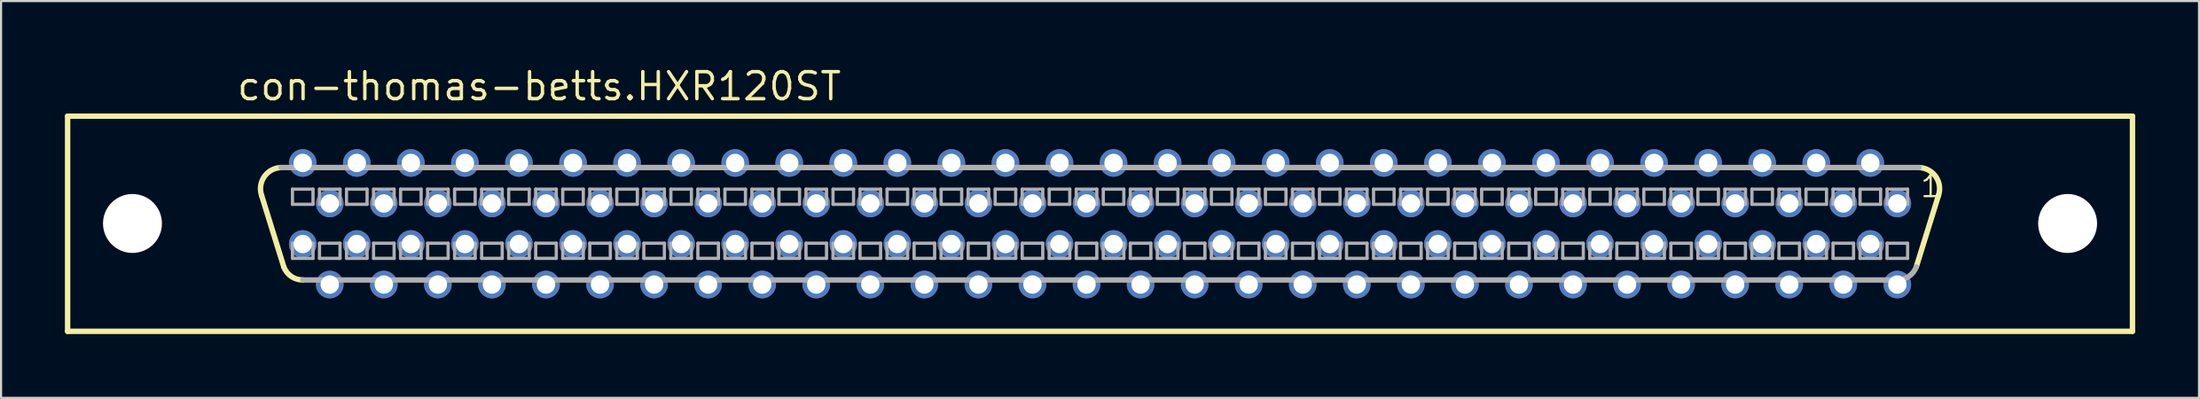
<source format=kicad_pcb>
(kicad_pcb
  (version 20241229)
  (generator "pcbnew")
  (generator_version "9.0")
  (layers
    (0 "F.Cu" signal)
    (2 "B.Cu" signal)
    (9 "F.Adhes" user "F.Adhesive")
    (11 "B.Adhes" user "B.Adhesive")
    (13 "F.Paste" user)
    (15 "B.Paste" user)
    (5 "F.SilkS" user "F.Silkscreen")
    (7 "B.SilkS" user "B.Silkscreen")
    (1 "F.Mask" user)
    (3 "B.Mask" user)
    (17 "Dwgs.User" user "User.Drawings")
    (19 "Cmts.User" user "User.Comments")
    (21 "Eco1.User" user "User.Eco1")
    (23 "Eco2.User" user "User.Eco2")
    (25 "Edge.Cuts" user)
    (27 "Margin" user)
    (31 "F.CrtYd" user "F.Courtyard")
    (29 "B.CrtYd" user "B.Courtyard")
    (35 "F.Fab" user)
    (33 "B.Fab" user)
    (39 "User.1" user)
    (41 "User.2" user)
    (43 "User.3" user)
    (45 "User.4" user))
  (footprint "con-thomas-betts.HXR120ST"
    (layer "F.Cu")
    (at 48.641 7.465)
    (property "Reference" "con-thomas-betts.HXR120ST" (at -40.64 -5.715 0) (layer "F.SilkS") (effects (font (size 1.27 1.27) (thickness 0.16)) (justify left bottom)))
    (attr through_hole)
    (fp_line (start -48.514 -5.055) (end 48.514 -5.055) (stroke (width 0.254) (type default)) (layer "F.SilkS"))
    (fp_line (start -48.514 5.055) (end -48.514 -5.055) (stroke (width 0.254) (type default)) (layer "F.SilkS"))
    (fp_line (start -38.354 2.032) (end -39.395 -1.321) (stroke (width 0.254) (type default)) (layer "F.SilkS"))
    (fp_line (start 38.354 2.032) (end 39.395 -1.321) (stroke (width 0.254) (type default)) (layer "F.SilkS"))
    (fp_line (start 48.514 -5.055) (end 48.514 5.055) (stroke (width 0.254) (type default)) (layer "F.SilkS"))
    (fp_line (start 48.514 5.055) (end -48.514 5.055) (stroke (width 0.254) (type default)) (layer "F.SilkS"))
    (fp_arc (start -39.3954 -1.3208) (mid -39.273543 -2.213361) (end -38.481 -2.6416) (stroke (width 0.254) (type default)) (layer "F.SilkS"))
    (fp_arc (start -37.465 2.6416) (mid -38.004029 2.474654) (end -38.354 2.032) (stroke (width 0.254) (type default)) (layer "F.SilkS"))
    (fp_arc (start 38.481 -2.6416) (mid 39.273543 -2.213361) (end 39.3954 -1.3208) (stroke (width 0.254) (type default)) (layer "F.SilkS"))
    (fp_line (start -37.948 -1.626) (end -37.948 -0.914) (stroke (width 0.152) (type default)) (layer "F.Fab"))
    (fp_line (start -37.948 -0.914) (end -36.982 -0.914) (stroke (width 0.152) (type default)) (layer "F.Fab"))
    (fp_line (start -37.948 0.914) (end -37.948 1.626) (stroke (width 0.152) (type default)) (layer "F.Fab"))
    (fp_line (start -37.948 1.626) (end -36.982 1.626) (stroke (width 0.152) (type default)) (layer "F.Fab"))
    (fp_line (start -36.982 -1.626) (end -37.948 -1.626) (stroke (width 0.152) (type default)) (layer "F.Fab"))
    (fp_line (start -36.982 -0.914) (end -36.982 -1.626) (stroke (width 0.152) (type default)) (layer "F.Fab"))
    (fp_line (start -36.982 0.914) (end -37.948 0.914) (stroke (width 0.152) (type default)) (layer "F.Fab"))
    (fp_line (start -36.982 1.626) (end -36.982 0.914) (stroke (width 0.152) (type default)) (layer "F.Fab"))
    (fp_line (start -36.678 -1.626) (end -36.678 -0.914) (stroke (width 0.152) (type default)) (layer "F.Fab"))
    (fp_line (start -36.678 -0.914) (end -35.712 -0.914) (stroke (width 0.152) (type default)) (layer "F.Fab"))
    (fp_line (start -36.678 0.914) (end -36.678 1.626) (stroke (width 0.152) (type default)) (layer "F.Fab"))
    (fp_line (start -36.678 1.626) (end -35.712 1.626) (stroke (width 0.152) (type default)) (layer "F.Fab"))
    (fp_line (start -35.712 -1.626) (end -36.678 -1.626) (stroke (width 0.152) (type default)) (layer "F.Fab"))
    (fp_line (start -35.712 -0.914) (end -35.712 -1.626) (stroke (width 0.152) (type default)) (layer "F.Fab"))
    (fp_line (start -35.712 0.914) (end -36.678 0.914) (stroke (width 0.152) (type default)) (layer "F.Fab"))
    (fp_line (start -35.712 1.626) (end -35.712 0.914) (stroke (width 0.152) (type default)) (layer "F.Fab"))
    (fp_line (start -35.408 -1.626) (end -35.408 -0.914) (stroke (width 0.152) (type default)) (layer "F.Fab"))
    (fp_line (start -35.408 -0.914) (end -34.442 -0.914) (stroke (width 0.152) (type default)) (layer "F.Fab"))
    (fp_line (start -35.408 0.914) (end -35.408 1.626) (stroke (width 0.152) (type default)) (layer "F.Fab"))
    (fp_line (start -35.408 1.626) (end -34.442 1.626) (stroke (width 0.152) (type default)) (layer "F.Fab"))
    (fp_line (start -34.442 -1.626) (end -35.408 -1.626) (stroke (width 0.152) (type default)) (layer "F.Fab"))
    (fp_line (start -34.442 -0.914) (end -34.442 -1.626) (stroke (width 0.152) (type default)) (layer "F.Fab"))
    (fp_line (start -34.442 0.914) (end -35.408 0.914) (stroke (width 0.152) (type default)) (layer "F.Fab"))
    (fp_line (start -34.442 1.626) (end -34.442 0.914) (stroke (width 0.152) (type default)) (layer "F.Fab"))
    (fp_line (start -34.138 -1.626) (end -34.138 -0.914) (stroke (width 0.152) (type default)) (layer "F.Fab"))
    (fp_line (start -34.138 -0.914) (end -33.172 -0.914) (stroke (width 0.152) (type default)) (layer "F.Fab"))
    (fp_line (start -34.138 0.914) (end -34.138 1.626) (stroke (width 0.152) (type default)) (layer "F.Fab"))
    (fp_line (start -34.138 1.626) (end -33.172 1.626) (stroke (width 0.152) (type default)) (layer "F.Fab"))
    (fp_line (start -33.172 -1.626) (end -34.138 -1.626) (stroke (width 0.152) (type default)) (layer "F.Fab"))
    (fp_line (start -33.172 -0.914) (end -33.172 -1.626) (stroke (width 0.152) (type default)) (layer "F.Fab"))
    (fp_line (start -33.172 0.914) (end -34.138 0.914) (stroke (width 0.152) (type default)) (layer "F.Fab"))
    (fp_line (start -33.172 1.626) (end -33.172 0.914) (stroke (width 0.152) (type default)) (layer "F.Fab"))
    (fp_line (start -32.868 -1.626) (end -32.868 -0.914) (stroke (width 0.152) (type default)) (layer "F.Fab"))
    (fp_line (start -32.868 -0.914) (end -31.902 -0.914) (stroke (width 0.152) (type default)) (layer "F.Fab"))
    (fp_line (start -32.868 0.914) (end -32.868 1.626) (stroke (width 0.152) (type default)) (layer "F.Fab"))
    (fp_line (start -32.868 1.626) (end -31.902 1.626) (stroke (width 0.152) (type default)) (layer "F.Fab"))
    (fp_line (start -31.902 -1.626) (end -32.868 -1.626) (stroke (width 0.152) (type default)) (layer "F.Fab"))
    (fp_line (start -31.902 -0.914) (end -31.902 -1.626) (stroke (width 0.152) (type default)) (layer "F.Fab"))
    (fp_line (start -31.902 0.914) (end -32.868 0.914) (stroke (width 0.152) (type default)) (layer "F.Fab"))
    (fp_line (start -31.902 1.626) (end -31.902 0.914) (stroke (width 0.152) (type default)) (layer "F.Fab"))
    (fp_line (start -31.598 -1.626) (end -31.598 -0.914) (stroke (width 0.152) (type default)) (layer "F.Fab"))
    (fp_line (start -31.598 -0.914) (end -30.632 -0.914) (stroke (width 0.152) (type default)) (layer "F.Fab"))
    (fp_line (start -31.598 0.914) (end -31.598 1.626) (stroke (width 0.152) (type default)) (layer "F.Fab"))
    (fp_line (start -31.598 1.626) (end -30.632 1.626) (stroke (width 0.152) (type default)) (layer "F.Fab"))
    (fp_line (start -30.632 -1.626) (end -31.598 -1.626) (stroke (width 0.152) (type default)) (layer "F.Fab"))
    (fp_line (start -30.632 -0.914) (end -30.632 -1.626) (stroke (width 0.152) (type default)) (layer "F.Fab"))
    (fp_line (start -30.632 0.914) (end -31.598 0.914) (stroke (width 0.152) (type default)) (layer "F.Fab"))
    (fp_line (start -30.632 1.626) (end -30.632 0.914) (stroke (width 0.152) (type default)) (layer "F.Fab"))
    (fp_line (start -30.328 -1.626) (end -30.328 -0.914) (stroke (width 0.152) (type default)) (layer "F.Fab"))
    (fp_line (start -30.328 -0.914) (end -29.362 -0.914) (stroke (width 0.152) (type default)) (layer "F.Fab"))
    (fp_line (start -30.328 0.914) (end -30.328 1.626) (stroke (width 0.152) (type default)) (layer "F.Fab"))
    (fp_line (start -30.328 1.626) (end -29.362 1.626) (stroke (width 0.152) (type default)) (layer "F.Fab"))
    (fp_line (start -29.362 -1.626) (end -30.328 -1.626) (stroke (width 0.152) (type default)) (layer "F.Fab"))
    (fp_line (start -29.362 -0.914) (end -29.362 -1.626) (stroke (width 0.152) (type default)) (layer "F.Fab"))
    (fp_line (start -29.362 0.914) (end -30.328 0.914) (stroke (width 0.152) (type default)) (layer "F.Fab"))
    (fp_line (start -29.362 1.626) (end -29.362 0.914) (stroke (width 0.152) (type default)) (layer "F.Fab"))
    (fp_line (start -29.058 -1.626) (end -29.058 -0.914) (stroke (width 0.152) (type default)) (layer "F.Fab"))
    (fp_line (start -29.058 -0.914) (end -28.092 -0.914) (stroke (width 0.152) (type default)) (layer "F.Fab"))
    (fp_line (start -29.058 0.914) (end -29.058 1.626) (stroke (width 0.152) (type default)) (layer "F.Fab"))
    (fp_line (start -29.058 1.626) (end -28.092 1.626) (stroke (width 0.152) (type default)) (layer "F.Fab"))
    (fp_line (start -28.092 -1.626) (end -29.058 -1.626) (stroke (width 0.152) (type default)) (layer "F.Fab"))
    (fp_line (start -28.092 -0.914) (end -28.092 -1.626) (stroke (width 0.152) (type default)) (layer "F.Fab"))
    (fp_line (start -28.092 0.914) (end -29.058 0.914) (stroke (width 0.152) (type default)) (layer "F.Fab"))
    (fp_line (start -28.092 1.626) (end -28.092 0.914) (stroke (width 0.152) (type default)) (layer "F.Fab"))
    (fp_line (start -27.788 -1.626) (end -27.788 -0.914) (stroke (width 0.152) (type default)) (layer "F.Fab"))
    (fp_line (start -27.788 -0.914) (end -26.822 -0.914) (stroke (width 0.152) (type default)) (layer "F.Fab"))
    (fp_line (start -27.788 0.914) (end -27.788 1.626) (stroke (width 0.152) (type default)) (layer "F.Fab"))
    (fp_line (start -27.788 1.626) (end -26.822 1.626) (stroke (width 0.152) (type default)) (layer "F.Fab"))
    (fp_line (start -26.822 -1.626) (end -27.788 -1.626) (stroke (width 0.152) (type default)) (layer "F.Fab"))
    (fp_line (start -26.822 -0.914) (end -26.822 -1.626) (stroke (width 0.152) (type default)) (layer "F.Fab"))
    (fp_line (start -26.822 0.914) (end -27.788 0.914) (stroke (width 0.152) (type default)) (layer "F.Fab"))
    (fp_line (start -26.822 1.626) (end -26.822 0.914) (stroke (width 0.152) (type default)) (layer "F.Fab"))
    (fp_line (start -26.518 -1.626) (end -26.518 -0.914) (stroke (width 0.152) (type default)) (layer "F.Fab"))
    (fp_line (start -26.518 -0.914) (end -25.552 -0.914) (stroke (width 0.152) (type default)) (layer "F.Fab"))
    (fp_line (start -26.518 0.914) (end -26.518 1.626) (stroke (width 0.152) (type default)) (layer "F.Fab"))
    (fp_line (start -26.518 1.626) (end -25.552 1.626) (stroke (width 0.152) (type default)) (layer "F.Fab"))
    (fp_line (start -25.552 -1.626) (end -26.518 -1.626) (stroke (width 0.152) (type default)) (layer "F.Fab"))
    (fp_line (start -25.552 -0.914) (end -25.552 -1.626) (stroke (width 0.152) (type default)) (layer "F.Fab"))
    (fp_line (start -25.552 0.914) (end -26.518 0.914) (stroke (width 0.152) (type default)) (layer "F.Fab"))
    (fp_line (start -25.552 1.626) (end -25.552 0.914) (stroke (width 0.152) (type default)) (layer "F.Fab"))
    (fp_line (start -25.248 -1.626) (end -25.248 -0.914) (stroke (width 0.152) (type default)) (layer "F.Fab"))
    (fp_line (start -25.248 -0.914) (end -24.282 -0.914) (stroke (width 0.152) (type default)) (layer "F.Fab"))
    (fp_line (start -25.248 0.914) (end -25.248 1.626) (stroke (width 0.152) (type default)) (layer "F.Fab"))
    (fp_line (start -25.248 1.626) (end -24.282 1.626) (stroke (width 0.152) (type default)) (layer "F.Fab"))
    (fp_line (start -24.282 -1.626) (end -25.248 -1.626) (stroke (width 0.152) (type default)) (layer "F.Fab"))
    (fp_line (start -24.282 -0.914) (end -24.282 -1.626) (stroke (width 0.152) (type default)) (layer "F.Fab"))
    (fp_line (start -24.282 0.914) (end -25.248 0.914) (stroke (width 0.152) (type default)) (layer "F.Fab"))
    (fp_line (start -24.282 1.626) (end -24.282 0.914) (stroke (width 0.152) (type default)) (layer "F.Fab"))
    (fp_line (start -23.978 -1.626) (end -23.978 -0.914) (stroke (width 0.152) (type default)) (layer "F.Fab"))
    (fp_line (start -23.978 -0.914) (end -23.012 -0.914) (stroke (width 0.152) (type default)) (layer "F.Fab"))
    (fp_line (start -23.978 0.914) (end -23.978 1.626) (stroke (width 0.152) (type default)) (layer "F.Fab"))
    (fp_line (start -23.978 1.626) (end -23.012 1.626) (stroke (width 0.152) (type default)) (layer "F.Fab"))
    (fp_line (start -23.012 -1.626) (end -23.978 -1.626) (stroke (width 0.152) (type default)) (layer "F.Fab"))
    (fp_line (start -23.012 -0.914) (end -23.012 -1.626) (stroke (width 0.152) (type default)) (layer "F.Fab"))
    (fp_line (start -23.012 0.914) (end -23.978 0.914) (stroke (width 0.152) (type default)) (layer "F.Fab"))
    (fp_line (start -23.012 1.626) (end -23.012 0.914) (stroke (width 0.152) (type default)) (layer "F.Fab"))
    (fp_line (start -22.708 -1.626) (end -22.708 -0.914) (stroke (width 0.152) (type default)) (layer "F.Fab"))
    (fp_line (start -22.708 -0.914) (end -21.742 -0.914) (stroke (width 0.152) (type default)) (layer "F.Fab"))
    (fp_line (start -22.708 0.914) (end -22.708 1.626) (stroke (width 0.152) (type default)) (layer "F.Fab"))
    (fp_line (start -22.708 1.626) (end -21.742 1.626) (stroke (width 0.152) (type default)) (layer "F.Fab"))
    (fp_line (start -21.742 -1.626) (end -22.708 -1.626) (stroke (width 0.152) (type default)) (layer "F.Fab"))
    (fp_line (start -21.742 -0.914) (end -21.742 -1.626) (stroke (width 0.152) (type default)) (layer "F.Fab"))
    (fp_line (start -21.742 0.914) (end -22.708 0.914) (stroke (width 0.152) (type default)) (layer "F.Fab"))
    (fp_line (start -21.742 1.626) (end -21.742 0.914) (stroke (width 0.152) (type default)) (layer "F.Fab"))
    (fp_line (start -21.438 -1.626) (end -21.438 -0.914) (stroke (width 0.152) (type default)) (layer "F.Fab"))
    (fp_line (start -21.438 -0.914) (end -20.472 -0.914) (stroke (width 0.152) (type default)) (layer "F.Fab"))
    (fp_line (start -21.438 0.914) (end -21.438 1.626) (stroke (width 0.152) (type default)) (layer "F.Fab"))
    (fp_line (start -21.438 1.626) (end -20.472 1.626) (stroke (width 0.152) (type default)) (layer "F.Fab"))
    (fp_line (start -20.472 -1.626) (end -21.438 -1.626) (stroke (width 0.152) (type default)) (layer "F.Fab"))
    (fp_line (start -20.472 -0.914) (end -20.472 -1.626) (stroke (width 0.152) (type default)) (layer "F.Fab"))
    (fp_line (start -20.472 0.914) (end -21.438 0.914) (stroke (width 0.152) (type default)) (layer "F.Fab"))
    (fp_line (start -20.472 1.626) (end -20.472 0.914) (stroke (width 0.152) (type default)) (layer "F.Fab"))
    (fp_line (start -20.168 -1.626) (end -20.168 -0.914) (stroke (width 0.152) (type default)) (layer "F.Fab"))
    (fp_line (start -20.168 -0.914) (end -19.202 -0.914) (stroke (width 0.152) (type default)) (layer "F.Fab"))
    (fp_line (start -20.168 0.914) (end -20.168 1.626) (stroke (width 0.152) (type default)) (layer "F.Fab"))
    (fp_line (start -20.168 1.626) (end -19.202 1.626) (stroke (width 0.152) (type default)) (layer "F.Fab"))
    (fp_line (start -19.202 -1.626) (end -20.168 -1.626) (stroke (width 0.152) (type default)) (layer "F.Fab"))
    (fp_line (start -19.202 -0.914) (end -19.202 -1.626) (stroke (width 0.152) (type default)) (layer "F.Fab"))
    (fp_line (start -19.202 0.914) (end -20.168 0.914) (stroke (width 0.152) (type default)) (layer "F.Fab"))
    (fp_line (start -19.202 1.626) (end -19.202 0.914) (stroke (width 0.152) (type default)) (layer "F.Fab"))
    (fp_line (start -18.898 -1.626) (end -18.898 -0.914) (stroke (width 0.152) (type default)) (layer "F.Fab"))
    (fp_line (start -18.898 -0.914) (end -17.932 -0.914) (stroke (width 0.152) (type default)) (layer "F.Fab"))
    (fp_line (start -18.898 0.914) (end -18.898 1.626) (stroke (width 0.152) (type default)) (layer "F.Fab"))
    (fp_line (start -18.898 1.626) (end -17.932 1.626) (stroke (width 0.152) (type default)) (layer "F.Fab"))
    (fp_line (start -17.932 -1.626) (end -18.898 -1.626) (stroke (width 0.152) (type default)) (layer "F.Fab"))
    (fp_line (start -17.932 -0.914) (end -17.932 -1.626) (stroke (width 0.152) (type default)) (layer "F.Fab"))
    (fp_line (start -17.932 0.914) (end -18.898 0.914) (stroke (width 0.152) (type default)) (layer "F.Fab"))
    (fp_line (start -17.932 1.626) (end -17.932 0.914) (stroke (width 0.152) (type default)) (layer "F.Fab"))
    (fp_line (start -17.628 -1.626) (end -17.628 -0.914) (stroke (width 0.152) (type default)) (layer "F.Fab"))
    (fp_line (start -17.628 -0.914) (end -16.662 -0.914) (stroke (width 0.152) (type default)) (layer "F.Fab"))
    (fp_line (start -17.628 0.914) (end -17.628 1.626) (stroke (width 0.152) (type default)) (layer "F.Fab"))
    (fp_line (start -17.628 1.626) (end -16.662 1.626) (stroke (width 0.152) (type default)) (layer "F.Fab"))
    (fp_line (start -16.662 -1.626) (end -17.628 -1.626) (stroke (width 0.152) (type default)) (layer "F.Fab"))
    (fp_line (start -16.662 -0.914) (end -16.662 -1.626) (stroke (width 0.152) (type default)) (layer "F.Fab"))
    (fp_line (start -16.662 0.914) (end -17.628 0.914) (stroke (width 0.152) (type default)) (layer "F.Fab"))
    (fp_line (start -16.662 1.626) (end -16.662 0.914) (stroke (width 0.152) (type default)) (layer "F.Fab"))
    (fp_line (start -16.358 -1.626) (end -16.358 -0.914) (stroke (width 0.152) (type default)) (layer "F.Fab"))
    (fp_line (start -16.358 -0.914) (end -15.392 -0.914) (stroke (width 0.152) (type default)) (layer "F.Fab"))
    (fp_line (start -16.358 0.914) (end -16.358 1.626) (stroke (width 0.152) (type default)) (layer "F.Fab"))
    (fp_line (start -16.358 1.626) (end -15.392 1.626) (stroke (width 0.152) (type default)) (layer "F.Fab"))
    (fp_line (start -15.392 -1.626) (end -16.358 -1.626) (stroke (width 0.152) (type default)) (layer "F.Fab"))
    (fp_line (start -15.392 -0.914) (end -15.392 -1.626) (stroke (width 0.152) (type default)) (layer "F.Fab"))
    (fp_line (start -15.392 0.914) (end -16.358 0.914) (stroke (width 0.152) (type default)) (layer "F.Fab"))
    (fp_line (start -15.392 1.626) (end -15.392 0.914) (stroke (width 0.152) (type default)) (layer "F.Fab"))
    (fp_line (start -15.088 -1.626) (end -15.088 -0.914) (stroke (width 0.152) (type default)) (layer "F.Fab"))
    (fp_line (start -15.088 -0.914) (end -14.122 -0.914) (stroke (width 0.152) (type default)) (layer "F.Fab"))
    (fp_line (start -15.088 0.914) (end -15.088 1.626) (stroke (width 0.152) (type default)) (layer "F.Fab"))
    (fp_line (start -15.088 1.626) (end -14.122 1.626) (stroke (width 0.152) (type default)) (layer "F.Fab"))
    (fp_line (start -14.122 -1.626) (end -15.088 -1.626) (stroke (width 0.152) (type default)) (layer "F.Fab"))
    (fp_line (start -14.122 -0.914) (end -14.122 -1.626) (stroke (width 0.152) (type default)) (layer "F.Fab"))
    (fp_line (start -14.122 0.914) (end -15.088 0.914) (stroke (width 0.152) (type default)) (layer "F.Fab"))
    (fp_line (start -14.122 1.626) (end -14.122 0.914) (stroke (width 0.152) (type default)) (layer "F.Fab"))
    (fp_line (start -13.818 -1.626) (end -13.818 -0.914) (stroke (width 0.152) (type default)) (layer "F.Fab"))
    (fp_line (start -13.818 -0.914) (end -12.852 -0.914) (stroke (width 0.152) (type default)) (layer "F.Fab"))
    (fp_line (start -13.818 0.914) (end -13.818 1.626) (stroke (width 0.152) (type default)) (layer "F.Fab"))
    (fp_line (start -13.818 1.626) (end -12.852 1.626) (stroke (width 0.152) (type default)) (layer "F.Fab"))
    (fp_line (start -12.852 -1.626) (end -13.818 -1.626) (stroke (width 0.152) (type default)) (layer "F.Fab"))
    (fp_line (start -12.852 -0.914) (end -12.852 -1.626) (stroke (width 0.152) (type default)) (layer "F.Fab"))
    (fp_line (start -12.852 0.914) (end -13.818 0.914) (stroke (width 0.152) (type default)) (layer "F.Fab"))
    (fp_line (start -12.852 1.626) (end -12.852 0.914) (stroke (width 0.152) (type default)) (layer "F.Fab"))
    (fp_line (start -12.548 -1.626) (end -12.548 -0.914) (stroke (width 0.152) (type default)) (layer "F.Fab"))
    (fp_line (start -12.548 -0.914) (end -11.582 -0.914) (stroke (width 0.152) (type default)) (layer "F.Fab"))
    (fp_line (start -12.548 0.914) (end -12.548 1.626) (stroke (width 0.152) (type default)) (layer "F.Fab"))
    (fp_line (start -12.548 1.626) (end -11.582 1.626) (stroke (width 0.152) (type default)) (layer "F.Fab"))
    (fp_line (start -11.582 -1.626) (end -12.548 -1.626) (stroke (width 0.152) (type default)) (layer "F.Fab"))
    (fp_line (start -11.582 -0.914) (end -11.582 -1.626) (stroke (width 0.152) (type default)) (layer "F.Fab"))
    (fp_line (start -11.582 0.914) (end -12.548 0.914) (stroke (width 0.152) (type default)) (layer "F.Fab"))
    (fp_line (start -11.582 1.626) (end -11.582 0.914) (stroke (width 0.152) (type default)) (layer "F.Fab"))
    (fp_line (start -11.278 -1.626) (end -11.278 -0.914) (stroke (width 0.152) (type default)) (layer "F.Fab"))
    (fp_line (start -11.278 -0.914) (end -10.312 -0.914) (stroke (width 0.152) (type default)) (layer "F.Fab"))
    (fp_line (start -11.278 0.914) (end -11.278 1.626) (stroke (width 0.152) (type default)) (layer "F.Fab"))
    (fp_line (start -11.278 1.626) (end -10.312 1.626) (stroke (width 0.152) (type default)) (layer "F.Fab"))
    (fp_line (start -10.312 -1.626) (end -11.278 -1.626) (stroke (width 0.152) (type default)) (layer "F.Fab"))
    (fp_line (start -10.312 -0.914) (end -10.312 -1.626) (stroke (width 0.152) (type default)) (layer "F.Fab"))
    (fp_line (start -10.312 0.914) (end -11.278 0.914) (stroke (width 0.152) (type default)) (layer "F.Fab"))
    (fp_line (start -10.312 1.626) (end -10.312 0.914) (stroke (width 0.152) (type default)) (layer "F.Fab"))
    (fp_line (start -10.008 -1.626) (end -10.008 -0.914) (stroke (width 0.152) (type default)) (layer "F.Fab"))
    (fp_line (start -10.008 -0.914) (end -9.042 -0.914) (stroke (width 0.152) (type default)) (layer "F.Fab"))
    (fp_line (start -10.008 0.914) (end -10.008 1.626) (stroke (width 0.152) (type default)) (layer "F.Fab"))
    (fp_line (start -10.008 1.626) (end -9.042 1.626) (stroke (width 0.152) (type default)) (layer "F.Fab"))
    (fp_line (start -9.042 -1.626) (end -10.008 -1.626) (stroke (width 0.152) (type default)) (layer "F.Fab"))
    (fp_line (start -9.042 -0.914) (end -9.042 -1.626) (stroke (width 0.152) (type default)) (layer "F.Fab"))
    (fp_line (start -9.042 0.914) (end -10.008 0.914) (stroke (width 0.152) (type default)) (layer "F.Fab"))
    (fp_line (start -9.042 1.626) (end -9.042 0.914) (stroke (width 0.152) (type default)) (layer "F.Fab"))
    (fp_line (start -8.738 -1.626) (end -8.738 -0.914) (stroke (width 0.152) (type default)) (layer "F.Fab"))
    (fp_line (start -8.738 -0.914) (end -7.772 -0.914) (stroke (width 0.152) (type default)) (layer "F.Fab"))
    (fp_line (start -8.738 0.914) (end -8.738 1.626) (stroke (width 0.152) (type default)) (layer "F.Fab"))
    (fp_line (start -8.738 1.626) (end -7.772 1.626) (stroke (width 0.152) (type default)) (layer "F.Fab"))
    (fp_line (start -7.772 -1.626) (end -8.738 -1.626) (stroke (width 0.152) (type default)) (layer "F.Fab"))
    (fp_line (start -7.772 -0.914) (end -7.772 -1.626) (stroke (width 0.152) (type default)) (layer "F.Fab"))
    (fp_line (start -7.772 0.914) (end -8.738 0.914) (stroke (width 0.152) (type default)) (layer "F.Fab"))
    (fp_line (start -7.772 1.626) (end -7.772 0.914) (stroke (width 0.152) (type default)) (layer "F.Fab"))
    (fp_line (start -7.468 -1.626) (end -7.468 -0.914) (stroke (width 0.152) (type default)) (layer "F.Fab"))
    (fp_line (start -7.468 -0.914) (end -6.502 -0.914) (stroke (width 0.152) (type default)) (layer "F.Fab"))
    (fp_line (start -7.468 0.914) (end -7.468 1.626) (stroke (width 0.152) (type default)) (layer "F.Fab"))
    (fp_line (start -7.468 1.626) (end -6.502 1.626) (stroke (width 0.152) (type default)) (layer "F.Fab"))
    (fp_line (start -6.502 -1.626) (end -7.468 -1.626) (stroke (width 0.152) (type default)) (layer "F.Fab"))
    (fp_line (start -6.502 -0.914) (end -6.502 -1.626) (stroke (width 0.152) (type default)) (layer "F.Fab"))
    (fp_line (start -6.502 0.914) (end -7.468 0.914) (stroke (width 0.152) (type default)) (layer "F.Fab"))
    (fp_line (start -6.502 1.626) (end -6.502 0.914) (stroke (width 0.152) (type default)) (layer "F.Fab"))
    (fp_line (start -6.198 -1.626) (end -6.198 -0.914) (stroke (width 0.152) (type default)) (layer "F.Fab"))
    (fp_line (start -6.198 -0.914) (end -5.232 -0.914) (stroke (width 0.152) (type default)) (layer "F.Fab"))
    (fp_line (start -6.198 0.914) (end -6.198 1.626) (stroke (width 0.152) (type default)) (layer "F.Fab"))
    (fp_line (start -6.198 1.626) (end -5.232 1.626) (stroke (width 0.152) (type default)) (layer "F.Fab"))
    (fp_line (start -5.232 -1.626) (end -6.198 -1.626) (stroke (width 0.152) (type default)) (layer "F.Fab"))
    (fp_line (start -5.232 -0.914) (end -5.232 -1.626) (stroke (width 0.152) (type default)) (layer "F.Fab"))
    (fp_line (start -5.232 0.914) (end -6.198 0.914) (stroke (width 0.152) (type default)) (layer "F.Fab"))
    (fp_line (start -5.232 1.626) (end -5.232 0.914) (stroke (width 0.152) (type default)) (layer "F.Fab"))
    (fp_line (start -4.928 -1.626) (end -4.928 -0.914) (stroke (width 0.152) (type default)) (layer "F.Fab"))
    (fp_line (start -4.928 -0.914) (end -3.962 -0.914) (stroke (width 0.152) (type default)) (layer "F.Fab"))
    (fp_line (start -4.928 0.914) (end -4.928 1.626) (stroke (width 0.152) (type default)) (layer "F.Fab"))
    (fp_line (start -4.928 1.626) (end -3.962 1.626) (stroke (width 0.152) (type default)) (layer "F.Fab"))
    (fp_line (start -3.962 -1.626) (end -4.928 -1.626) (stroke (width 0.152) (type default)) (layer "F.Fab"))
    (fp_line (start -3.962 -0.914) (end -3.962 -1.626) (stroke (width 0.152) (type default)) (layer "F.Fab"))
    (fp_line (start -3.962 0.914) (end -4.928 0.914) (stroke (width 0.152) (type default)) (layer "F.Fab"))
    (fp_line (start -3.962 1.626) (end -3.962 0.914) (stroke (width 0.152) (type default)) (layer "F.Fab"))
    (fp_line (start -3.658 -1.626) (end -3.658 -0.914) (stroke (width 0.152) (type default)) (layer "F.Fab"))
    (fp_line (start -3.658 -0.914) (end -2.692 -0.914) (stroke (width 0.152) (type default)) (layer "F.Fab"))
    (fp_line (start -3.658 0.914) (end -3.658 1.626) (stroke (width 0.152) (type default)) (layer "F.Fab"))
    (fp_line (start -3.658 1.626) (end -2.692 1.626) (stroke (width 0.152) (type default)) (layer "F.Fab"))
    (fp_line (start -2.692 -1.626) (end -3.658 -1.626) (stroke (width 0.152) (type default)) (layer "F.Fab"))
    (fp_line (start -2.692 -0.914) (end -2.692 -1.626) (stroke (width 0.152) (type default)) (layer "F.Fab"))
    (fp_line (start -2.692 0.914) (end -3.658 0.914) (stroke (width 0.152) (type default)) (layer "F.Fab"))
    (fp_line (start -2.692 1.626) (end -2.692 0.914) (stroke (width 0.152) (type default)) (layer "F.Fab"))
    (fp_line (start -2.388 -1.626) (end -2.388 -0.914) (stroke (width 0.152) (type default)) (layer "F.Fab"))
    (fp_line (start -2.388 -0.914) (end -1.422 -0.914) (stroke (width 0.152) (type default)) (layer "F.Fab"))
    (fp_line (start -2.388 0.914) (end -2.388 1.626) (stroke (width 0.152) (type default)) (layer "F.Fab"))
    (fp_line (start -2.388 1.626) (end -1.422 1.626) (stroke (width 0.152) (type default)) (layer "F.Fab"))
    (fp_line (start -1.422 -1.626) (end -2.388 -1.626) (stroke (width 0.152) (type default)) (layer "F.Fab"))
    (fp_line (start -1.422 -0.914) (end -1.422 -1.626) (stroke (width 0.152) (type default)) (layer "F.Fab"))
    (fp_line (start -1.422 0.914) (end -2.388 0.914) (stroke (width 0.152) (type default)) (layer "F.Fab"))
    (fp_line (start -1.422 1.626) (end -1.422 0.914) (stroke (width 0.152) (type default)) (layer "F.Fab"))
    (fp_line (start -1.118 -1.626) (end -1.118 -0.914) (stroke (width 0.152) (type default)) (layer "F.Fab"))
    (fp_line (start -1.118 -0.914) (end -0.152 -0.914) (stroke (width 0.152) (type default)) (layer "F.Fab"))
    (fp_line (start -1.118 0.914) (end -1.118 1.626) (stroke (width 0.152) (type default)) (layer "F.Fab"))
    (fp_line (start -1.118 1.626) (end -0.152 1.626) (stroke (width 0.152) (type default)) (layer "F.Fab"))
    (fp_line (start -0.152 -1.626) (end -1.118 -1.626) (stroke (width 0.152) (type default)) (layer "F.Fab"))
    (fp_line (start -0.152 -0.914) (end -0.152 -1.626) (stroke (width 0.152) (type default)) (layer "F.Fab"))
    (fp_line (start -0.152 0.914) (end -1.118 0.914) (stroke (width 0.152) (type default)) (layer "F.Fab"))
    (fp_line (start -0.152 1.626) (end -0.152 0.914) (stroke (width 0.152) (type default)) (layer "F.Fab"))
    (fp_line (start 0.152 -1.626) (end 0.152 -0.914) (stroke (width 0.152) (type default)) (layer "F.Fab"))
    (fp_line (start 0.152 -0.914) (end 1.118 -0.914) (stroke (width 0.152) (type default)) (layer "F.Fab"))
    (fp_line (start 0.152 0.914) (end 0.152 1.626) (stroke (width 0.152) (type default)) (layer "F.Fab"))
    (fp_line (start 0.152 1.626) (end 1.118 1.626) (stroke (width 0.152) (type default)) (layer "F.Fab"))
    (fp_line (start 1.118 -1.626) (end 0.152 -1.626) (stroke (width 0.152) (type default)) (layer "F.Fab"))
    (fp_line (start 1.118 -0.914) (end 1.118 -1.626) (stroke (width 0.152) (type default)) (layer "F.Fab"))
    (fp_line (start 1.118 0.914) (end 0.152 0.914) (stroke (width 0.152) (type default)) (layer "F.Fab"))
    (fp_line (start 1.118 1.626) (end 1.118 0.914) (stroke (width 0.152) (type default)) (layer "F.Fab"))
    (fp_line (start 1.422 -1.626) (end 1.422 -0.914) (stroke (width 0.152) (type default)) (layer "F.Fab"))
    (fp_line (start 1.422 -0.914) (end 2.388 -0.914) (stroke (width 0.152) (type default)) (layer "F.Fab"))
    (fp_line (start 1.422 0.914) (end 1.422 1.626) (stroke (width 0.152) (type default)) (layer "F.Fab"))
    (fp_line (start 1.422 1.626) (end 2.388 1.626) (stroke (width 0.152) (type default)) (layer "F.Fab"))
    (fp_line (start 2.388 -1.626) (end 1.422 -1.626) (stroke (width 0.152) (type default)) (layer "F.Fab"))
    (fp_line (start 2.388 -0.914) (end 2.388 -1.626) (stroke (width 0.152) (type default)) (layer "F.Fab"))
    (fp_line (start 2.388 0.914) (end 1.422 0.914) (stroke (width 0.152) (type default)) (layer "F.Fab"))
    (fp_line (start 2.388 1.626) (end 2.388 0.914) (stroke (width 0.152) (type default)) (layer "F.Fab"))
    (fp_line (start 2.692 -1.626) (end 2.692 -0.914) (stroke (width 0.152) (type default)) (layer "F.Fab"))
    (fp_line (start 2.692 -0.914) (end 3.658 -0.914) (stroke (width 0.152) (type default)) (layer "F.Fab"))
    (fp_line (start 2.692 0.914) (end 2.692 1.626) (stroke (width 0.152) (type default)) (layer "F.Fab"))
    (fp_line (start 2.692 1.626) (end 3.658 1.626) (stroke (width 0.152) (type default)) (layer "F.Fab"))
    (fp_line (start 3.658 -1.626) (end 2.692 -1.626) (stroke (width 0.152) (type default)) (layer "F.Fab"))
    (fp_line (start 3.658 -0.914) (end 3.658 -1.626) (stroke (width 0.152) (type default)) (layer "F.Fab"))
    (fp_line (start 3.658 0.914) (end 2.692 0.914) (stroke (width 0.152) (type default)) (layer "F.Fab"))
    (fp_line (start 3.658 1.626) (end 3.658 0.914) (stroke (width 0.152) (type default)) (layer "F.Fab"))
    (fp_line (start 3.962 -1.626) (end 3.962 -0.914) (stroke (width 0.152) (type default)) (layer "F.Fab"))
    (fp_line (start 3.962 -0.914) (end 4.928 -0.914) (stroke (width 0.152) (type default)) (layer "F.Fab"))
    (fp_line (start 3.962 0.914) (end 3.962 1.626) (stroke (width 0.152) (type default)) (layer "F.Fab"))
    (fp_line (start 3.962 1.626) (end 4.928 1.626) (stroke (width 0.152) (type default)) (layer "F.Fab"))
    (fp_line (start 4.928 -1.626) (end 3.962 -1.626) (stroke (width 0.152) (type default)) (layer "F.Fab"))
    (fp_line (start 4.928 -0.914) (end 4.928 -1.626) (stroke (width 0.152) (type default)) (layer "F.Fab"))
    (fp_line (start 4.928 0.914) (end 3.962 0.914) (stroke (width 0.152) (type default)) (layer "F.Fab"))
    (fp_line (start 4.928 1.626) (end 4.928 0.914) (stroke (width 0.152) (type default)) (layer "F.Fab"))
    (fp_line (start 5.232 -1.626) (end 5.232 -0.914) (stroke (width 0.152) (type default)) (layer "F.Fab"))
    (fp_line (start 5.232 -0.914) (end 6.198 -0.914) (stroke (width 0.152) (type default)) (layer "F.Fab"))
    (fp_line (start 5.232 0.914) (end 5.232 1.626) (stroke (width 0.152) (type default)) (layer "F.Fab"))
    (fp_line (start 5.232 1.626) (end 6.198 1.626) (stroke (width 0.152) (type default)) (layer "F.Fab"))
    (fp_line (start 6.198 -1.626) (end 5.232 -1.626) (stroke (width 0.152) (type default)) (layer "F.Fab"))
    (fp_line (start 6.198 -0.914) (end 6.198 -1.626) (stroke (width 0.152) (type default)) (layer "F.Fab"))
    (fp_line (start 6.198 0.914) (end 5.232 0.914) (stroke (width 0.152) (type default)) (layer "F.Fab"))
    (fp_line (start 6.198 1.626) (end 6.198 0.914) (stroke (width 0.152) (type default)) (layer "F.Fab"))
    (fp_line (start 6.502 -1.626) (end 6.502 -0.914) (stroke (width 0.152) (type default)) (layer "F.Fab"))
    (fp_line (start 6.502 -0.914) (end 7.468 -0.914) (stroke (width 0.152) (type default)) (layer "F.Fab"))
    (fp_line (start 6.502 0.914) (end 6.502 1.626) (stroke (width 0.152) (type default)) (layer "F.Fab"))
    (fp_line (start 6.502 1.626) (end 7.468 1.626) (stroke (width 0.152) (type default)) (layer "F.Fab"))
    (fp_line (start 7.468 -1.626) (end 6.502 -1.626) (stroke (width 0.152) (type default)) (layer "F.Fab"))
    (fp_line (start 7.468 -0.914) (end 7.468 -1.626) (stroke (width 0.152) (type default)) (layer "F.Fab"))
    (fp_line (start 7.468 0.914) (end 6.502 0.914) (stroke (width 0.152) (type default)) (layer "F.Fab"))
    (fp_line (start 7.468 1.626) (end 7.468 0.914) (stroke (width 0.152) (type default)) (layer "F.Fab"))
    (fp_line (start 7.772 -1.626) (end 7.772 -0.914) (stroke (width 0.152) (type default)) (layer "F.Fab"))
    (fp_line (start 7.772 -0.914) (end 8.738 -0.914) (stroke (width 0.152) (type default)) (layer "F.Fab"))
    (fp_line (start 7.772 0.914) (end 7.772 1.626) (stroke (width 0.152) (type default)) (layer "F.Fab"))
    (fp_line (start 7.772 1.626) (end 8.738 1.626) (stroke (width 0.152) (type default)) (layer "F.Fab"))
    (fp_line (start 8.738 -1.626) (end 7.772 -1.626) (stroke (width 0.152) (type default)) (layer "F.Fab"))
    (fp_line (start 8.738 -0.914) (end 8.738 -1.626) (stroke (width 0.152) (type default)) (layer "F.Fab"))
    (fp_line (start 8.738 0.914) (end 7.772 0.914) (stroke (width 0.152) (type default)) (layer "F.Fab"))
    (fp_line (start 8.738 1.626) (end 8.738 0.914) (stroke (width 0.152) (type default)) (layer "F.Fab"))
    (fp_line (start 9.042 -1.626) (end 9.042 -0.914) (stroke (width 0.152) (type default)) (layer "F.Fab"))
    (fp_line (start 9.042 -0.914) (end 10.008 -0.914) (stroke (width 0.152) (type default)) (layer "F.Fab"))
    (fp_line (start 9.042 0.914) (end 9.042 1.626) (stroke (width 0.152) (type default)) (layer "F.Fab"))
    (fp_line (start 9.042 1.626) (end 10.008 1.626) (stroke (width 0.152) (type default)) (layer "F.Fab"))
    (fp_line (start 10.008 -1.626) (end 9.042 -1.626) (stroke (width 0.152) (type default)) (layer "F.Fab"))
    (fp_line (start 10.008 -0.914) (end 10.008 -1.626) (stroke (width 0.152) (type default)) (layer "F.Fab"))
    (fp_line (start 10.008 0.914) (end 9.042 0.914) (stroke (width 0.152) (type default)) (layer "F.Fab"))
    (fp_line (start 10.008 1.626) (end 10.008 0.914) (stroke (width 0.152) (type default)) (layer "F.Fab"))
    (fp_line (start 10.312 -1.626) (end 10.312 -0.914) (stroke (width 0.152) (type default)) (layer "F.Fab"))
    (fp_line (start 10.312 -0.914) (end 11.278 -0.914) (stroke (width 0.152) (type default)) (layer "F.Fab"))
    (fp_line (start 10.312 0.914) (end 10.312 1.626) (stroke (width 0.152) (type default)) (layer "F.Fab"))
    (fp_line (start 10.312 1.626) (end 11.278 1.626) (stroke (width 0.152) (type default)) (layer "F.Fab"))
    (fp_line (start 11.278 -1.626) (end 10.312 -1.626) (stroke (width 0.152) (type default)) (layer "F.Fab"))
    (fp_line (start 11.278 -0.914) (end 11.278 -1.626) (stroke (width 0.152) (type default)) (layer "F.Fab"))
    (fp_line (start 11.278 0.914) (end 10.312 0.914) (stroke (width 0.152) (type default)) (layer "F.Fab"))
    (fp_line (start 11.278 1.626) (end 11.278 0.914) (stroke (width 0.152) (type default)) (layer "F.Fab"))
    (fp_line (start 11.582 -1.626) (end 11.582 -0.914) (stroke (width 0.152) (type default)) (layer "F.Fab"))
    (fp_line (start 11.582 -0.914) (end 12.548 -0.914) (stroke (width 0.152) (type default)) (layer "F.Fab"))
    (fp_line (start 11.582 0.914) (end 11.582 1.626) (stroke (width 0.152) (type default)) (layer "F.Fab"))
    (fp_line (start 11.582 1.626) (end 12.548 1.626) (stroke (width 0.152) (type default)) (layer "F.Fab"))
    (fp_line (start 12.548 -1.626) (end 11.582 -1.626) (stroke (width 0.152) (type default)) (layer "F.Fab"))
    (fp_line (start 12.548 -0.914) (end 12.548 -1.626) (stroke (width 0.152) (type default)) (layer "F.Fab"))
    (fp_line (start 12.548 0.914) (end 11.582 0.914) (stroke (width 0.152) (type default)) (layer "F.Fab"))
    (fp_line (start 12.548 1.626) (end 12.548 0.914) (stroke (width 0.152) (type default)) (layer "F.Fab"))
    (fp_line (start 12.852 -1.626) (end 12.852 -0.914) (stroke (width 0.152) (type default)) (layer "F.Fab"))
    (fp_line (start 12.852 -0.914) (end 13.818 -0.914) (stroke (width 0.152) (type default)) (layer "F.Fab"))
    (fp_line (start 12.852 0.914) (end 12.852 1.626) (stroke (width 0.152) (type default)) (layer "F.Fab"))
    (fp_line (start 12.852 1.626) (end 13.818 1.626) (stroke (width 0.152) (type default)) (layer "F.Fab"))
    (fp_line (start 13.818 -1.626) (end 12.852 -1.626) (stroke (width 0.152) (type default)) (layer "F.Fab"))
    (fp_line (start 13.818 -0.914) (end 13.818 -1.626) (stroke (width 0.152) (type default)) (layer "F.Fab"))
    (fp_line (start 13.818 0.914) (end 12.852 0.914) (stroke (width 0.152) (type default)) (layer "F.Fab"))
    (fp_line (start 13.818 1.626) (end 13.818 0.914) (stroke (width 0.152) (type default)) (layer "F.Fab"))
    (fp_line (start 14.122 -1.626) (end 14.122 -0.914) (stroke (width 0.152) (type default)) (layer "F.Fab"))
    (fp_line (start 14.122 -0.914) (end 15.088 -0.914) (stroke (width 0.152) (type default)) (layer "F.Fab"))
    (fp_line (start 14.122 0.914) (end 14.122 1.626) (stroke (width 0.152) (type default)) (layer "F.Fab"))
    (fp_line (start 14.122 1.626) (end 15.088 1.626) (stroke (width 0.152) (type default)) (layer "F.Fab"))
    (fp_line (start 15.088 -1.626) (end 14.122 -1.626) (stroke (width 0.152) (type default)) (layer "F.Fab"))
    (fp_line (start 15.088 -0.914) (end 15.088 -1.626) (stroke (width 0.152) (type default)) (layer "F.Fab"))
    (fp_line (start 15.088 0.914) (end 14.122 0.914) (stroke (width 0.152) (type default)) (layer "F.Fab"))
    (fp_line (start 15.088 1.626) (end 15.088 0.914) (stroke (width 0.152) (type default)) (layer "F.Fab"))
    (fp_line (start 15.392 -1.626) (end 15.392 -0.914) (stroke (width 0.152) (type default)) (layer "F.Fab"))
    (fp_line (start 15.392 -0.914) (end 16.358 -0.914) (stroke (width 0.152) (type default)) (layer "F.Fab"))
    (fp_line (start 15.392 0.914) (end 15.392 1.626) (stroke (width 0.152) (type default)) (layer "F.Fab"))
    (fp_line (start 15.392 1.626) (end 16.358 1.626) (stroke (width 0.152) (type default)) (layer "F.Fab"))
    (fp_line (start 16.358 -1.626) (end 15.392 -1.626) (stroke (width 0.152) (type default)) (layer "F.Fab"))
    (fp_line (start 16.358 -0.914) (end 16.358 -1.626) (stroke (width 0.152) (type default)) (layer "F.Fab"))
    (fp_line (start 16.358 0.914) (end 15.392 0.914) (stroke (width 0.152) (type default)) (layer "F.Fab"))
    (fp_line (start 16.358 1.626) (end 16.358 0.914) (stroke (width 0.152) (type default)) (layer "F.Fab"))
    (fp_line (start 16.662 -1.626) (end 16.662 -0.914) (stroke (width 0.152) (type default)) (layer "F.Fab"))
    (fp_line (start 16.662 -0.914) (end 17.628 -0.914) (stroke (width 0.152) (type default)) (layer "F.Fab"))
    (fp_line (start 16.662 0.914) (end 16.662 1.626) (stroke (width 0.152) (type default)) (layer "F.Fab"))
    (fp_line (start 16.662 1.626) (end 17.628 1.626) (stroke (width 0.152) (type default)) (layer "F.Fab"))
    (fp_line (start 17.628 -1.626) (end 16.662 -1.626) (stroke (width 0.152) (type default)) (layer "F.Fab"))
    (fp_line (start 17.628 -0.914) (end 17.628 -1.626) (stroke (width 0.152) (type default)) (layer "F.Fab"))
    (fp_line (start 17.628 0.914) (end 16.662 0.914) (stroke (width 0.152) (type default)) (layer "F.Fab"))
    (fp_line (start 17.628 1.626) (end 17.628 0.914) (stroke (width 0.152) (type default)) (layer "F.Fab"))
    (fp_line (start 17.932 -1.626) (end 17.932 -0.914) (stroke (width 0.152) (type default)) (layer "F.Fab"))
    (fp_line (start 17.932 -0.914) (end 18.898 -0.914) (stroke (width 0.152) (type default)) (layer "F.Fab"))
    (fp_line (start 17.932 0.914) (end 17.932 1.626) (stroke (width 0.152) (type default)) (layer "F.Fab"))
    (fp_line (start 17.932 1.626) (end 18.898 1.626) (stroke (width 0.152) (type default)) (layer "F.Fab"))
    (fp_line (start 18.898 -1.626) (end 17.932 -1.626) (stroke (width 0.152) (type default)) (layer "F.Fab"))
    (fp_line (start 18.898 -0.914) (end 18.898 -1.626) (stroke (width 0.152) (type default)) (layer "F.Fab"))
    (fp_line (start 18.898 0.914) (end 17.932 0.914) (stroke (width 0.152) (type default)) (layer "F.Fab"))
    (fp_line (start 18.898 1.626) (end 18.898 0.914) (stroke (width 0.152) (type default)) (layer "F.Fab"))
    (fp_line (start 19.202 -1.626) (end 19.202 -0.914) (stroke (width 0.152) (type default)) (layer "F.Fab"))
    (fp_line (start 19.202 -0.914) (end 20.168 -0.914) (stroke (width 0.152) (type default)) (layer "F.Fab"))
    (fp_line (start 19.202 0.914) (end 19.202 1.626) (stroke (width 0.152) (type default)) (layer "F.Fab"))
    (fp_line (start 19.202 1.626) (end 20.168 1.626) (stroke (width 0.152) (type default)) (layer "F.Fab"))
    (fp_line (start 20.168 -1.626) (end 19.202 -1.626) (stroke (width 0.152) (type default)) (layer "F.Fab"))
    (fp_line (start 20.168 -0.914) (end 20.168 -1.626) (stroke (width 0.152) (type default)) (layer "F.Fab"))
    (fp_line (start 20.168 0.914) (end 19.202 0.914) (stroke (width 0.152) (type default)) (layer "F.Fab"))
    (fp_line (start 20.168 1.626) (end 20.168 0.914) (stroke (width 0.152) (type default)) (layer "F.Fab"))
    (fp_line (start 20.472 -1.626) (end 20.472 -0.914) (stroke (width 0.152) (type default)) (layer "F.Fab"))
    (fp_line (start 20.472 -0.914) (end 21.438 -0.914) (stroke (width 0.152) (type default)) (layer "F.Fab"))
    (fp_line (start 20.472 0.914) (end 20.472 1.626) (stroke (width 0.152) (type default)) (layer "F.Fab"))
    (fp_line (start 20.472 1.626) (end 21.438 1.626) (stroke (width 0.152) (type default)) (layer "F.Fab"))
    (fp_line (start 21.438 -1.626) (end 20.472 -1.626) (stroke (width 0.152) (type default)) (layer "F.Fab"))
    (fp_line (start 21.438 -0.914) (end 21.438 -1.626) (stroke (width 0.152) (type default)) (layer "F.Fab"))
    (fp_line (start 21.438 0.914) (end 20.472 0.914) (stroke (width 0.152) (type default)) (layer "F.Fab"))
    (fp_line (start 21.438 1.626) (end 21.438 0.914) (stroke (width 0.152) (type default)) (layer "F.Fab"))
    (fp_line (start 21.742 -1.626) (end 21.742 -0.914) (stroke (width 0.152) (type default)) (layer "F.Fab"))
    (fp_line (start 21.742 -0.914) (end 22.708 -0.914) (stroke (width 0.152) (type default)) (layer "F.Fab"))
    (fp_line (start 21.742 0.914) (end 21.742 1.626) (stroke (width 0.152) (type default)) (layer "F.Fab"))
    (fp_line (start 21.742 1.626) (end 22.708 1.626) (stroke (width 0.152) (type default)) (layer "F.Fab"))
    (fp_line (start 22.708 -1.626) (end 21.742 -1.626) (stroke (width 0.152) (type default)) (layer "F.Fab"))
    (fp_line (start 22.708 -0.914) (end 22.708 -1.626) (stroke (width 0.152) (type default)) (layer "F.Fab"))
    (fp_line (start 22.708 0.914) (end 21.742 0.914) (stroke (width 0.152) (type default)) (layer "F.Fab"))
    (fp_line (start 22.708 1.626) (end 22.708 0.914) (stroke (width 0.152) (type default)) (layer "F.Fab"))
    (fp_line (start 23.012 -1.626) (end 23.012 -0.914) (stroke (width 0.152) (type default)) (layer "F.Fab"))
    (fp_line (start 23.012 -0.914) (end 23.978 -0.914) (stroke (width 0.152) (type default)) (layer "F.Fab"))
    (fp_line (start 23.012 0.914) (end 23.012 1.626) (stroke (width 0.152) (type default)) (layer "F.Fab"))
    (fp_line (start 23.012 1.626) (end 23.978 1.626) (stroke (width 0.152) (type default)) (layer "F.Fab"))
    (fp_line (start 23.978 -1.626) (end 23.012 -1.626) (stroke (width 0.152) (type default)) (layer "F.Fab"))
    (fp_line (start 23.978 -0.914) (end 23.978 -1.626) (stroke (width 0.152) (type default)) (layer "F.Fab"))
    (fp_line (start 23.978 0.914) (end 23.012 0.914) (stroke (width 0.152) (type default)) (layer "F.Fab"))
    (fp_line (start 23.978 1.626) (end 23.978 0.914) (stroke (width 0.152) (type default)) (layer "F.Fab"))
    (fp_line (start 24.282 -1.626) (end 24.282 -0.914) (stroke (width 0.152) (type default)) (layer "F.Fab"))
    (fp_line (start 24.282 -0.914) (end 25.248 -0.914) (stroke (width 0.152) (type default)) (layer "F.Fab"))
    (fp_line (start 24.282 0.914) (end 24.282 1.626) (stroke (width 0.152) (type default)) (layer "F.Fab"))
    (fp_line (start 24.282 1.626) (end 25.248 1.626) (stroke (width 0.152) (type default)) (layer "F.Fab"))
    (fp_line (start 25.248 -1.626) (end 24.282 -1.626) (stroke (width 0.152) (type default)) (layer "F.Fab"))
    (fp_line (start 25.248 -0.914) (end 25.248 -1.626) (stroke (width 0.152) (type default)) (layer "F.Fab"))
    (fp_line (start 25.248 0.914) (end 24.282 0.914) (stroke (width 0.152) (type default)) (layer "F.Fab"))
    (fp_line (start 25.248 1.626) (end 25.248 0.914) (stroke (width 0.152) (type default)) (layer "F.Fab"))
    (fp_line (start 25.552 -1.626) (end 25.552 -0.914) (stroke (width 0.152) (type default)) (layer "F.Fab"))
    (fp_line (start 25.552 -0.914) (end 26.518 -0.914) (stroke (width 0.152) (type default)) (layer "F.Fab"))
    (fp_line (start 25.552 0.914) (end 25.552 1.626) (stroke (width 0.152) (type default)) (layer "F.Fab"))
    (fp_line (start 25.552 1.626) (end 26.518 1.626) (stroke (width 0.152) (type default)) (layer "F.Fab"))
    (fp_line (start 26.518 -1.626) (end 25.552 -1.626) (stroke (width 0.152) (type default)) (layer "F.Fab"))
    (fp_line (start 26.518 -0.914) (end 26.518 -1.626) (stroke (width 0.152) (type default)) (layer "F.Fab"))
    (fp_line (start 26.518 0.914) (end 25.552 0.914) (stroke (width 0.152) (type default)) (layer "F.Fab"))
    (fp_line (start 26.518 1.626) (end 26.518 0.914) (stroke (width 0.152) (type default)) (layer "F.Fab"))
    (fp_line (start 26.822 -1.626) (end 26.822 -0.914) (stroke (width 0.152) (type default)) (layer "F.Fab"))
    (fp_line (start 26.822 -0.914) (end 27.788 -0.914) (stroke (width 0.152) (type default)) (layer "F.Fab"))
    (fp_line (start 26.822 0.914) (end 26.822 1.626) (stroke (width 0.152) (type default)) (layer "F.Fab"))
    (fp_line (start 26.822 1.626) (end 27.788 1.626) (stroke (width 0.152) (type default)) (layer "F.Fab"))
    (fp_line (start 27.788 -1.626) (end 26.822 -1.626) (stroke (width 0.152) (type default)) (layer "F.Fab"))
    (fp_line (start 27.788 -0.914) (end 27.788 -1.626) (stroke (width 0.152) (type default)) (layer "F.Fab"))
    (fp_line (start 27.788 0.914) (end 26.822 0.914) (stroke (width 0.152) (type default)) (layer "F.Fab"))
    (fp_line (start 27.788 1.626) (end 27.788 0.914) (stroke (width 0.152) (type default)) (layer "F.Fab"))
    (fp_line (start 28.092 -1.626) (end 28.092 -0.914) (stroke (width 0.152) (type default)) (layer "F.Fab"))
    (fp_line (start 28.092 -0.914) (end 29.058 -0.914) (stroke (width 0.152) (type default)) (layer "F.Fab"))
    (fp_line (start 28.092 0.914) (end 28.092 1.626) (stroke (width 0.152) (type default)) (layer "F.Fab"))
    (fp_line (start 28.092 1.626) (end 29.058 1.626) (stroke (width 0.152) (type default)) (layer "F.Fab"))
    (fp_line (start 29.058 -1.626) (end 28.092 -1.626) (stroke (width 0.152) (type default)) (layer "F.Fab"))
    (fp_line (start 29.058 -0.914) (end 29.058 -1.626) (stroke (width 0.152) (type default)) (layer "F.Fab"))
    (fp_line (start 29.058 0.914) (end 28.092 0.914) (stroke (width 0.152) (type default)) (layer "F.Fab"))
    (fp_line (start 29.058 1.626) (end 29.058 0.914) (stroke (width 0.152) (type default)) (layer "F.Fab"))
    (fp_line (start 29.362 -1.626) (end 29.362 -0.914) (stroke (width 0.152) (type default)) (layer "F.Fab"))
    (fp_line (start 29.362 -0.914) (end 30.328 -0.914) (stroke (width 0.152) (type default)) (layer "F.Fab"))
    (fp_line (start 29.362 0.914) (end 29.362 1.626) (stroke (width 0.152) (type default)) (layer "F.Fab"))
    (fp_line (start 29.362 1.626) (end 30.328 1.626) (stroke (width 0.152) (type default)) (layer "F.Fab"))
    (fp_line (start 30.328 -1.626) (end 29.362 -1.626) (stroke (width 0.152) (type default)) (layer "F.Fab"))
    (fp_line (start 30.328 -0.914) (end 30.328 -1.626) (stroke (width 0.152) (type default)) (layer "F.Fab"))
    (fp_line (start 30.328 0.914) (end 29.362 0.914) (stroke (width 0.152) (type default)) (layer "F.Fab"))
    (fp_line (start 30.328 1.626) (end 30.328 0.914) (stroke (width 0.152) (type default)) (layer "F.Fab"))
    (fp_line (start 30.632 -1.626) (end 30.632 -0.914) (stroke (width 0.152) (type default)) (layer "F.Fab"))
    (fp_line (start 30.632 -0.914) (end 31.598 -0.914) (stroke (width 0.152) (type default)) (layer "F.Fab"))
    (fp_line (start 30.632 0.914) (end 30.632 1.626) (stroke (width 0.152) (type default)) (layer "F.Fab"))
    (fp_line (start 30.632 1.626) (end 31.598 1.626) (stroke (width 0.152) (type default)) (layer "F.Fab"))
    (fp_line (start 31.598 -1.626) (end 30.632 -1.626) (stroke (width 0.152) (type default)) (layer "F.Fab"))
    (fp_line (start 31.598 -0.914) (end 31.598 -1.626) (stroke (width 0.152) (type default)) (layer "F.Fab"))
    (fp_line (start 31.598 0.914) (end 30.632 0.914) (stroke (width 0.152) (type default)) (layer "F.Fab"))
    (fp_line (start 31.598 1.626) (end 31.598 0.914) (stroke (width 0.152) (type default)) (layer "F.Fab"))
    (fp_line (start 31.902 -1.626) (end 31.902 -0.914) (stroke (width 0.152) (type default)) (layer "F.Fab"))
    (fp_line (start 31.902 -0.914) (end 32.868 -0.914) (stroke (width 0.152) (type default)) (layer "F.Fab"))
    (fp_line (start 31.902 0.914) (end 31.902 1.626) (stroke (width 0.152) (type default)) (layer "F.Fab"))
    (fp_line (start 31.902 1.626) (end 32.868 1.626) (stroke (width 0.152) (type default)) (layer "F.Fab"))
    (fp_line (start 32.868 -1.626) (end 31.902 -1.626) (stroke (width 0.152) (type default)) (layer "F.Fab"))
    (fp_line (start 32.868 -0.914) (end 32.868 -1.626) (stroke (width 0.152) (type default)) (layer "F.Fab"))
    (fp_line (start 32.868 0.914) (end 31.902 0.914) (stroke (width 0.152) (type default)) (layer "F.Fab"))
    (fp_line (start 32.868 1.626) (end 32.868 0.914) (stroke (width 0.152) (type default)) (layer "F.Fab"))
    (fp_line (start 33.172 -1.626) (end 33.172 -0.914) (stroke (width 0.152) (type default)) (layer "F.Fab"))
    (fp_line (start 33.172 -0.914) (end 34.138 -0.914) (stroke (width 0.152) (type default)) (layer "F.Fab"))
    (fp_line (start 33.172 0.914) (end 33.172 1.626) (stroke (width 0.152) (type default)) (layer "F.Fab"))
    (fp_line (start 33.172 1.626) (end 34.138 1.626) (stroke (width 0.152) (type default)) (layer "F.Fab"))
    (fp_line (start 34.138 -1.626) (end 33.172 -1.626) (stroke (width 0.152) (type default)) (layer "F.Fab"))
    (fp_line (start 34.138 -0.914) (end 34.138 -1.626) (stroke (width 0.152) (type default)) (layer "F.Fab"))
    (fp_line (start 34.138 0.914) (end 33.172 0.914) (stroke (width 0.152) (type default)) (layer "F.Fab"))
    (fp_line (start 34.138 1.626) (end 34.138 0.914) (stroke (width 0.152) (type default)) (layer "F.Fab"))
    (fp_line (start 34.442 -1.626) (end 34.442 -0.914) (stroke (width 0.152) (type default)) (layer "F.Fab"))
    (fp_line (start 34.442 -0.914) (end 35.408 -0.914) (stroke (width 0.152) (type default)) (layer "F.Fab"))
    (fp_line (start 34.442 0.914) (end 34.442 1.626) (stroke (width 0.152) (type default)) (layer "F.Fab"))
    (fp_line (start 34.442 1.626) (end 35.408 1.626) (stroke (width 0.152) (type default)) (layer "F.Fab"))
    (fp_line (start 35.408 -1.626) (end 34.442 -1.626) (stroke (width 0.152) (type default)) (layer "F.Fab"))
    (fp_line (start 35.408 -0.914) (end 35.408 -1.626) (stroke (width 0.152) (type default)) (layer "F.Fab"))
    (fp_line (start 35.408 0.914) (end 34.442 0.914) (stroke (width 0.152) (type default)) (layer "F.Fab"))
    (fp_line (start 35.408 1.626) (end 35.408 0.914) (stroke (width 0.152) (type default)) (layer "F.Fab"))
    (fp_line (start 35.712 -1.626) (end 35.712 -0.914) (stroke (width 0.152) (type default)) (layer "F.Fab"))
    (fp_line (start 35.712 -0.914) (end 36.678 -0.914) (stroke (width 0.152) (type default)) (layer "F.Fab"))
    (fp_line (start 35.712 0.914) (end 35.712 1.626) (stroke (width 0.152) (type default)) (layer "F.Fab"))
    (fp_line (start 35.712 1.626) (end 36.678 1.626) (stroke (width 0.152) (type default)) (layer "F.Fab"))
    (fp_line (start 36.678 -1.626) (end 35.712 -1.626) (stroke (width 0.152) (type default)) (layer "F.Fab"))
    (fp_line (start 36.678 -0.914) (end 36.678 -1.626) (stroke (width 0.152) (type default)) (layer "F.Fab"))
    (fp_line (start 36.678 0.914) (end 35.712 0.914) (stroke (width 0.152) (type default)) (layer "F.Fab"))
    (fp_line (start 36.678 1.626) (end 36.678 0.914) (stroke (width 0.152) (type default)) (layer "F.Fab"))
    (fp_line (start 36.982 -1.626) (end 36.982 -0.914) (stroke (width 0.152) (type default)) (layer "F.Fab"))
    (fp_line (start 36.982 -0.914) (end 37.948 -0.914) (stroke (width 0.152) (type default)) (layer "F.Fab"))
    (fp_line (start 36.982 0.914) (end 36.982 1.626) (stroke (width 0.152) (type default)) (layer "F.Fab"))
    (fp_line (start 36.982 1.626) (end 37.948 1.626) (stroke (width 0.152) (type default)) (layer "F.Fab"))
    (fp_line (start 37.465 2.642) (end -37.465 2.642) (stroke (width 0.254) (type default)) (layer "F.Fab"))
    (fp_line (start 37.948 -1.626) (end 36.982 -1.626) (stroke (width 0.152) (type default)) (layer "F.Fab"))
    (fp_line (start 37.948 -0.914) (end 37.948 -1.626) (stroke (width 0.152) (type default)) (layer "F.Fab"))
    (fp_line (start 37.948 0.914) (end 36.982 0.914) (stroke (width 0.152) (type default)) (layer "F.Fab"))
    (fp_line (start 37.948 1.626) (end 37.948 0.914) (stroke (width 0.152) (type default)) (layer "F.Fab"))
    (fp_line (start 38.481 -2.642) (end -38.481 -2.642) (stroke (width 0.254) (type default)) (layer "F.Fab"))
    (fp_arc (start 38.354 2.032) (mid 38.004029 2.474654) (end 37.465 2.6416) (stroke (width 0.254) (type default)) (layer "F.Fab"))
    (fp_text user "1" (at 38.481 -1.168 0) (layer "F.SilkS") (effects (font (size 1.016 1.016) (thickness 0.1)) (justify left bottom)))
    (pad "" np_thru_hole circle (at -45.466 -0.013) (size 2.769 2.769) (drill 2.769) (layers "*.Cu" "*.Mask"))
    (pad "" np_thru_hole circle (at 45.466 -0.013) (size 2.769 2.769) (drill 2.769) (layers "*.Cu" "*.Mask"))
    (pad "1" thru_hole circle (at 37.465 -0.953) (size 1.295 1.295) (drill 0.864) (layers "*.Cu" "*.Mask"))
    (pad "2" thru_hole circle (at 36.195 -2.857) (size 1.295 1.295) (drill 0.864) (layers "*.Cu" "*.Mask"))
    (pad "3" thru_hole circle (at 34.925 -0.953) (size 1.295 1.295) (drill 0.864) (layers "*.Cu" "*.Mask"))
    (pad "4" thru_hole circle (at 33.655 -2.857) (size 1.295 1.295) (drill 0.864) (layers "*.Cu" "*.Mask"))
    (pad "5" thru_hole circle (at 32.385 -0.953) (size 1.295 1.295) (drill 0.864) (layers "*.Cu" "*.Mask"))
    (pad "6" thru_hole circle (at 31.115 -2.857) (size 1.295 1.295) (drill 0.864) (layers "*.Cu" "*.Mask"))
    (pad "7" thru_hole circle (at 29.845 -0.953) (size 1.295 1.295) (drill 0.864) (layers "*.Cu" "*.Mask"))
    (pad "8" thru_hole circle (at 28.575 -2.857) (size 1.295 1.295) (drill 0.864) (layers "*.Cu" "*.Mask"))
    (pad "9" thru_hole circle (at 27.305 -0.953) (size 1.295 1.295) (drill 0.864) (layers "*.Cu" "*.Mask"))
    (pad "10" thru_hole circle (at 26.035 -2.857) (size 1.295 1.295) (drill 0.864) (layers "*.Cu" "*.Mask"))
    (pad "11" thru_hole circle (at 24.765 -0.953) (size 1.295 1.295) (drill 0.864) (layers "*.Cu" "*.Mask"))
    (pad "12" thru_hole circle (at 23.495 -2.857) (size 1.295 1.295) (drill 0.864) (layers "*.Cu" "*.Mask"))
    (pad "13" thru_hole circle (at 22.225 -0.953) (size 1.295 1.295) (drill 0.864) (layers "*.Cu" "*.Mask"))
    (pad "14" thru_hole circle (at 20.955 -2.857) (size 1.295 1.295) (drill 0.864) (layers "*.Cu" "*.Mask"))
    (pad "15" thru_hole circle (at 19.685 -0.953) (size 1.295 1.295) (drill 0.864) (layers "*.Cu" "*.Mask"))
    (pad "16" thru_hole circle (at 18.415 -2.857) (size 1.295 1.295) (drill 0.864) (layers "*.Cu" "*.Mask"))
    (pad "17" thru_hole circle (at 17.145 -0.953) (size 1.295 1.295) (drill 0.864) (layers "*.Cu" "*.Mask"))
    (pad "18" thru_hole circle (at 15.875 -2.857) (size 1.295 1.295) (drill 0.864) (layers "*.Cu" "*.Mask"))
    (pad "19" thru_hole circle (at 14.605 -0.953) (size 1.295 1.295) (drill 0.864) (layers "*.Cu" "*.Mask"))
    (pad "20" thru_hole circle (at 13.335 -2.857) (size 1.295 1.295) (drill 0.864) (layers "*.Cu" "*.Mask"))
    (pad "21" thru_hole circle (at 12.065 -0.953) (size 1.295 1.295) (drill 0.864) (layers "*.Cu" "*.Mask"))
    (pad "22" thru_hole circle (at 10.795 -2.857) (size 1.295 1.295) (drill 0.864) (layers "*.Cu" "*.Mask"))
    (pad "23" thru_hole circle (at 9.525 -0.953) (size 1.295 1.295) (drill 0.864) (layers "*.Cu" "*.Mask"))
    (pad "24" thru_hole circle (at 8.255 -2.857) (size 1.295 1.295) (drill 0.864) (layers "*.Cu" "*.Mask"))
    (pad "25" thru_hole circle (at 6.985 -0.953) (size 1.295 1.295) (drill 0.864) (layers "*.Cu" "*.Mask"))
    (pad "26" thru_hole circle (at 5.715 -2.857) (size 1.295 1.295) (drill 0.864) (layers "*.Cu" "*.Mask"))
    (pad "27" thru_hole circle (at 4.445 -0.953) (size 1.295 1.295) (drill 0.864) (layers "*.Cu" "*.Mask"))
    (pad "28" thru_hole circle (at 3.175 -2.857) (size 1.295 1.295) (drill 0.864) (layers "*.Cu" "*.Mask"))
    (pad "29" thru_hole circle (at 1.905 -0.953) (size 1.295 1.295) (drill 0.864) (layers "*.Cu" "*.Mask"))
    (pad "30" thru_hole circle (at 0.635 -2.857) (size 1.295 1.295) (drill 0.864) (layers "*.Cu" "*.Mask"))
    (pad "31" thru_hole circle (at -0.635 -0.953) (size 1.295 1.295) (drill 0.864) (layers "*.Cu" "*.Mask"))
    (pad "32" thru_hole circle (at -1.905 -2.857) (size 1.295 1.295) (drill 0.864) (layers "*.Cu" "*.Mask"))
    (pad "33" thru_hole circle (at -3.175 -0.953) (size 1.295 1.295) (drill 0.864) (layers "*.Cu" "*.Mask"))
    (pad "34" thru_hole circle (at -4.445 -2.857) (size 1.295 1.295) (drill 0.864) (layers "*.Cu" "*.Mask"))
    (pad "35" thru_hole circle (at -5.715 -0.953) (size 1.295 1.295) (drill 0.864) (layers "*.Cu" "*.Mask"))
    (pad "36" thru_hole circle (at -6.985 -2.857) (size 1.295 1.295) (drill 0.864) (layers "*.Cu" "*.Mask"))
    (pad "37" thru_hole circle (at -8.255 -0.953) (size 1.295 1.295) (drill 0.864) (layers "*.Cu" "*.Mask"))
    (pad "38" thru_hole circle (at -9.525 -2.857) (size 1.295 1.295) (drill 0.864) (layers "*.Cu" "*.Mask"))
    (pad "39" thru_hole circle (at -10.795 -0.953) (size 1.295 1.295) (drill 0.864) (layers "*.Cu" "*.Mask"))
    (pad "40" thru_hole circle (at -12.065 -2.857) (size 1.295 1.295) (drill 0.864) (layers "*.Cu" "*.Mask"))
    (pad "41" thru_hole circle (at -13.335 -0.953) (size 1.295 1.295) (drill 0.864) (layers "*.Cu" "*.Mask"))
    (pad "42" thru_hole circle (at -14.605 -2.857) (size 1.295 1.295) (drill 0.864) (layers "*.Cu" "*.Mask"))
    (pad "43" thru_hole circle (at -15.875 -0.953) (size 1.295 1.295) (drill 0.864) (layers "*.Cu" "*.Mask"))
    (pad "44" thru_hole circle (at -17.145 -2.857) (size 1.295 1.295) (drill 0.864) (layers "*.Cu" "*.Mask"))
    (pad "45" thru_hole circle (at -18.415 -0.953) (size 1.295 1.295) (drill 0.864) (layers "*.Cu" "*.Mask"))
    (pad "46" thru_hole circle (at -19.685 -2.857) (size 1.295 1.295) (drill 0.864) (layers "*.Cu" "*.Mask"))
    (pad "47" thru_hole circle (at -20.955 -0.953) (size 1.295 1.295) (drill 0.864) (layers "*.Cu" "*.Mask"))
    (pad "48" thru_hole circle (at -22.225 -2.857) (size 1.295 1.295) (drill 0.864) (layers "*.Cu" "*.Mask"))
    (pad "49" thru_hole circle (at -23.495 -0.953) (size 1.295 1.295) (drill 0.864) (layers "*.Cu" "*.Mask"))
    (pad "50" thru_hole circle (at -24.765 -2.857) (size 1.295 1.295) (drill 0.864) (layers "*.Cu" "*.Mask"))
    (pad "51" thru_hole circle (at -26.035 -0.953) (size 1.295 1.295) (drill 0.864) (layers "*.Cu" "*.Mask"))
    (pad "52" thru_hole circle (at -27.305 -2.857) (size 1.295 1.295) (drill 0.864) (layers "*.Cu" "*.Mask"))
    (pad "53" thru_hole circle (at -28.575 -0.953) (size 1.295 1.295) (drill 0.864) (layers "*.Cu" "*.Mask"))
    (pad "54" thru_hole circle (at -29.845 -2.857) (size 1.295 1.295) (drill 0.864) (layers "*.Cu" "*.Mask"))
    (pad "55" thru_hole circle (at -31.115 -0.953) (size 1.295 1.295) (drill 0.864) (layers "*.Cu" "*.Mask"))
    (pad "56" thru_hole circle (at -32.385 -2.857) (size 1.295 1.295) (drill 0.864) (layers "*.Cu" "*.Mask"))
    (pad "57" thru_hole circle (at -33.655 -0.953) (size 1.295 1.295) (drill 0.864) (layers "*.Cu" "*.Mask"))
    (pad "58" thru_hole circle (at -34.925 -2.857) (size 1.295 1.295) (drill 0.864) (layers "*.Cu" "*.Mask"))
    (pad "59" thru_hole circle (at -36.195 -0.953) (size 1.295 1.295) (drill 0.864) (layers "*.Cu" "*.Mask"))
    (pad "60" thru_hole circle (at -37.465 -2.857) (size 1.295 1.295) (drill 0.864) (layers "*.Cu" "*.Mask"))
    (pad "61" thru_hole circle (at 37.465 2.857) (size 1.295 1.295) (drill 0.864) (layers "*.Cu" "*.Mask"))
    (pad "62" thru_hole circle (at 36.195 0.953) (size 1.295 1.295) (drill 0.864) (layers "*.Cu" "*.Mask"))
    (pad "63" thru_hole circle (at 34.925 2.857) (size 1.295 1.295) (drill 0.864) (layers "*.Cu" "*.Mask"))
    (pad "64" thru_hole circle (at 33.655 0.953) (size 1.295 1.295) (drill 0.864) (layers "*.Cu" "*.Mask"))
    (pad "65" thru_hole circle (at 32.385 2.857) (size 1.295 1.295) (drill 0.864) (layers "*.Cu" "*.Mask"))
    (pad "66" thru_hole circle (at 31.115 0.953) (size 1.295 1.295) (drill 0.864) (layers "*.Cu" "*.Mask"))
    (pad "67" thru_hole circle (at 29.845 2.857) (size 1.295 1.295) (drill 0.864) (layers "*.Cu" "*.Mask"))
    (pad "68" thru_hole circle (at 28.575 0.953) (size 1.295 1.295) (drill 0.864) (layers "*.Cu" "*.Mask"))
    (pad "69" thru_hole circle (at 27.305 2.857) (size 1.295 1.295) (drill 0.864) (layers "*.Cu" "*.Mask"))
    (pad "70" thru_hole circle (at 26.035 0.953) (size 1.295 1.295) (drill 0.864) (layers "*.Cu" "*.Mask"))
    (pad "71" thru_hole circle (at 24.765 2.857) (size 1.295 1.295) (drill 0.864) (layers "*.Cu" "*.Mask"))
    (pad "72" thru_hole circle (at 23.495 0.953) (size 1.295 1.295) (drill 0.864) (layers "*.Cu" "*.Mask"))
    (pad "73" thru_hole circle (at 22.225 2.857) (size 1.295 1.295) (drill 0.864) (layers "*.Cu" "*.Mask"))
    (pad "74" thru_hole circle (at 20.955 0.953) (size 1.295 1.295) (drill 0.864) (layers "*.Cu" "*.Mask"))
    (pad "75" thru_hole circle (at 19.685 2.857) (size 1.295 1.295) (drill 0.864) (layers "*.Cu" "*.Mask"))
    (pad "76" thru_hole circle (at 18.415 0.953) (size 1.295 1.295) (drill 0.864) (layers "*.Cu" "*.Mask"))
    (pad "77" thru_hole circle (at 17.145 2.857) (size 1.295 1.295) (drill 0.864) (layers "*.Cu" "*.Mask"))
    (pad "78" thru_hole circle (at 15.875 0.953) (size 1.295 1.295) (drill 0.864) (layers "*.Cu" "*.Mask"))
    (pad "79" thru_hole circle (at 14.605 2.857) (size 1.295 1.295) (drill 0.864) (layers "*.Cu" "*.Mask"))
    (pad "80" thru_hole circle (at 13.335 0.953) (size 1.295 1.295) (drill 0.864) (layers "*.Cu" "*.Mask"))
    (pad "81" thru_hole circle (at 12.065 2.857) (size 1.295 1.295) (drill 0.864) (layers "*.Cu" "*.Mask"))
    (pad "82" thru_hole circle (at 10.795 0.953) (size 1.295 1.295) (drill 0.864) (layers "*.Cu" "*.Mask"))
    (pad "83" thru_hole circle (at 9.525 2.857) (size 1.295 1.295) (drill 0.864) (layers "*.Cu" "*.Mask"))
    (pad "84" thru_hole circle (at 8.255 0.953) (size 1.295 1.295) (drill 0.864) (layers "*.Cu" "*.Mask"))
    (pad "85" thru_hole circle (at 6.985 2.857) (size 1.295 1.295) (drill 0.864) (layers "*.Cu" "*.Mask"))
    (pad "86" thru_hole circle (at 5.715 0.953) (size 1.295 1.295) (drill 0.864) (layers "*.Cu" "*.Mask"))
    (pad "87" thru_hole circle (at 4.445 2.857) (size 1.295 1.295) (drill 0.864) (layers "*.Cu" "*.Mask"))
    (pad "88" thru_hole circle (at 3.175 0.953) (size 1.295 1.295) (drill 0.864) (layers "*.Cu" "*.Mask"))
    (pad "89" thru_hole circle (at 1.905 2.857) (size 1.295 1.295) (drill 0.864) (layers "*.Cu" "*.Mask"))
    (pad "90" thru_hole circle (at 0.635 0.953) (size 1.295 1.295) (drill 0.864) (layers "*.Cu" "*.Mask"))
    (pad "91" thru_hole circle (at -0.635 2.857) (size 1.295 1.295) (drill 0.864) (layers "*.Cu" "*.Mask"))
    (pad "92" thru_hole circle (at -1.905 0.953) (size 1.295 1.295) (drill 0.864) (layers "*.Cu" "*.Mask"))
    (pad "93" thru_hole circle (at -3.175 2.857) (size 1.295 1.295) (drill 0.864) (layers "*.Cu" "*.Mask"))
    (pad "94" thru_hole circle (at -4.445 0.953) (size 1.295 1.295) (drill 0.864) (layers "*.Cu" "*.Mask"))
    (pad "95" thru_hole circle (at -5.715 2.857) (size 1.295 1.295) (drill 0.864) (layers "*.Cu" "*.Mask"))
    (pad "96" thru_hole circle (at -6.985 0.953) (size 1.295 1.295) (drill 0.864) (layers "*.Cu" "*.Mask"))
    (pad "97" thru_hole circle (at -8.255 2.857) (size 1.295 1.295) (drill 0.864) (layers "*.Cu" "*.Mask"))
    (pad "98" thru_hole circle (at -9.525 0.953) (size 1.295 1.295) (drill 0.864) (layers "*.Cu" "*.Mask"))
    (pad "99" thru_hole circle (at -10.795 2.857) (size 1.295 1.295) (drill 0.864) (layers "*.Cu" "*.Mask"))
    (pad "100" thru_hole circle (at -12.065 0.953) (size 1.295 1.295) (drill 0.864) (layers "*.Cu" "*.Mask"))
    (pad "101" thru_hole circle (at -13.335 2.857) (size 1.295 1.295) (drill 0.864) (layers "*.Cu" "*.Mask"))
    (pad "102" thru_hole circle (at -14.605 0.953) (size 1.295 1.295) (drill 0.864) (layers "*.Cu" "*.Mask"))
    (pad "103" thru_hole circle (at -15.875 2.857) (size 1.295 1.295) (drill 0.864) (layers "*.Cu" "*.Mask"))
    (pad "104" thru_hole circle (at -17.145 0.953) (size 1.295 1.295) (drill 0.864) (layers "*.Cu" "*.Mask"))
    (pad "105" thru_hole circle (at -18.415 2.857) (size 1.295 1.295) (drill 0.864) (layers "*.Cu" "*.Mask"))
    (pad "106" thru_hole circle (at -19.685 0.953) (size 1.295 1.295) (drill 0.864) (layers "*.Cu" "*.Mask"))
    (pad "107" thru_hole circle (at -20.955 2.857) (size 1.295 1.295) (drill 0.864) (layers "*.Cu" "*.Mask"))
    (pad "108" thru_hole circle (at -22.225 0.953) (size 1.295 1.295) (drill 0.864) (layers "*.Cu" "*.Mask"))
    (pad "109" thru_hole circle (at -23.495 2.857) (size 1.295 1.295) (drill 0.864) (layers "*.Cu" "*.Mask"))
    (pad "110" thru_hole circle (at -24.765 0.953) (size 1.295 1.295) (drill 0.864) (layers "*.Cu" "*.Mask"))
    (pad "111" thru_hole circle (at -26.035 2.857) (size 1.295 1.295) (drill 0.864) (layers "*.Cu" "*.Mask"))
    (pad "112" thru_hole circle (at -27.305 0.953) (size 1.295 1.295) (drill 0.864) (layers "*.Cu" "*.Mask"))
    (pad "113" thru_hole circle (at -28.575 2.857) (size 1.295 1.295) (drill 0.864) (layers "*.Cu" "*.Mask"))
    (pad "114" thru_hole circle (at -29.845 0.953) (size 1.295 1.295) (drill 0.864) (layers "*.Cu" "*.Mask"))
    (pad "115" thru_hole circle (at -31.115 2.857) (size 1.295 1.295) (drill 0.864) (layers "*.Cu" "*.Mask"))
    (pad "116" thru_hole circle (at -32.385 0.953) (size 1.295 1.295) (drill 0.864) (layers "*.Cu" "*.Mask"))
    (pad "117" thru_hole circle (at -33.655 2.857) (size 1.295 1.295) (drill 0.864) (layers "*.Cu" "*.Mask"))
    (pad "118" thru_hole circle (at -34.925 0.953) (size 1.295 1.295) (drill 0.864) (layers "*.Cu" "*.Mask"))
    (pad "119" thru_hole circle (at -36.195 2.857) (size 1.295 1.295) (drill 0.864) (layers "*.Cu" "*.Mask"))
    (pad "120" thru_hole circle (at -37.465 0.953) (size 1.295 1.295) (drill 0.864) (layers "*.Cu" "*.Mask")))
  (gr_rect
    (start -3 -3)
    (end 100.282 15.647)
    (stroke (width 0.1) (type default))
    (fill no)
    (layer "Edge.Cuts")))
</source>
